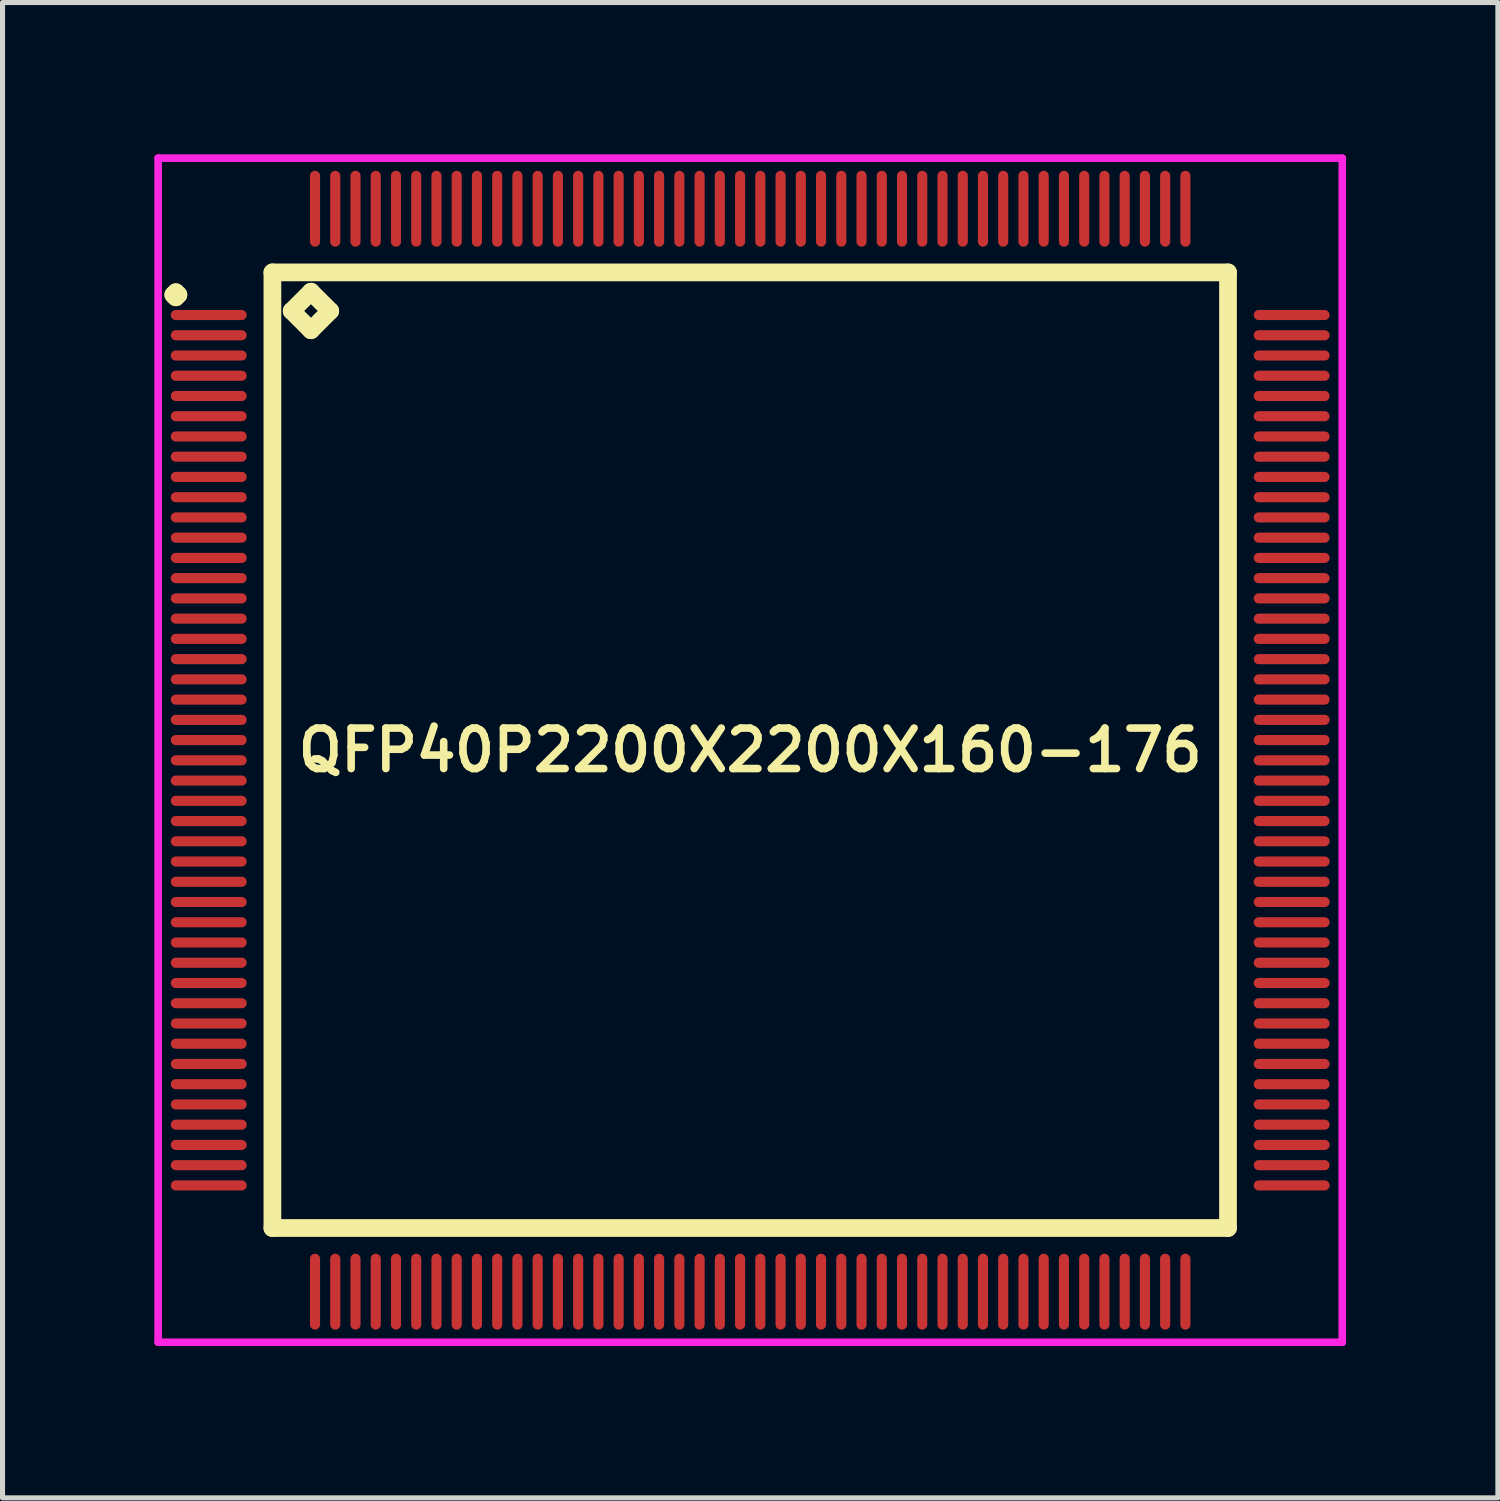
<source format=kicad_pcb>
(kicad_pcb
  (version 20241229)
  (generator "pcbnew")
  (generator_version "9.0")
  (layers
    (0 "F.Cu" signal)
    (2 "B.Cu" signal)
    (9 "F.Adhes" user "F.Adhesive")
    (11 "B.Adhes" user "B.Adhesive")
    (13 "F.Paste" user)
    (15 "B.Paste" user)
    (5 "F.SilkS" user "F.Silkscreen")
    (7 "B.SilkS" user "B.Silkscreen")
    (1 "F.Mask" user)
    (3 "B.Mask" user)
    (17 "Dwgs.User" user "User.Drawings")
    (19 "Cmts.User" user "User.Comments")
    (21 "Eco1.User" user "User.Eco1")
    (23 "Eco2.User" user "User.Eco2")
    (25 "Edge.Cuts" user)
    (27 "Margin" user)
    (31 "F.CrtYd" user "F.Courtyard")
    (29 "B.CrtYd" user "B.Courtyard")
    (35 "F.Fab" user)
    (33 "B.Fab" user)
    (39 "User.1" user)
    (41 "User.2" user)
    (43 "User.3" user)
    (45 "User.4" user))
  (footprint "QFP40P2200X2200X160-176"
    (layer "F.Cu")
    (at 11.775 11.775)
    (property "Reference" "QFP40P2200X2200X160-176" (at 0 0 0) (layer "F.SilkS") (effects (font (size 0.8 0.8) (thickness 0.15))))
    (attr smd)
    (fp_line (start -11.4 -9) (end -11.35 -9.05) (stroke (width 0.35) (type solid)) (layer "F.SilkS"))
    (fp_line (start -11.35 -9.05) (end -11.3 -9) (stroke (width 0.35) (type solid)) (layer "F.SilkS"))
    (fp_line (start -11.35 -8.95) (end -11.4 -9) (stroke (width 0.35) (type solid)) (layer "F.SilkS"))
    (fp_line (start -11.3 -9) (end -11.35 -8.95) (stroke (width 0.35) (type solid)) (layer "F.SilkS"))
    (fp_line (start -9.442 -9.442) (end -9.442 9.442) (stroke (width 0.35) (type solid)) (layer "F.SilkS"))
    (fp_line (start -9.442 9.442) (end 9.442 9.442) (stroke (width 0.35) (type solid)) (layer "F.SilkS"))
    (fp_line (start -9.061 -8.68) (end -8.68 -9.061) (stroke (width 0.35) (type solid)) (layer "F.SilkS"))
    (fp_line (start -8.68 -9.061) (end -8.299 -8.68) (stroke (width 0.35) (type solid)) (layer "F.SilkS"))
    (fp_line (start -8.68 -8.299) (end -9.061 -8.68) (stroke (width 0.35) (type solid)) (layer "F.SilkS"))
    (fp_line (start -8.299 -8.68) (end -8.68 -8.299) (stroke (width 0.35) (type solid)) (layer "F.SilkS"))
    (fp_line (start 9.442 -9.442) (end -9.442 -9.442) (stroke (width 0.35) (type solid)) (layer "F.SilkS"))
    (fp_line (start 9.442 9.442) (end 9.442 -9.442) (stroke (width 0.35) (type solid)) (layer "F.SilkS"))
    (fp_line (start -11.7 -11.7) (end 11.7 -11.7) (stroke (width 0.15) (type solid)) (layer "F.CrtYd"))
    (fp_line (start -11.7 11.7) (end -11.7 -11.7) (stroke (width 0.15) (type solid)) (layer "F.CrtYd"))
    (fp_line (start 11.7 -11.7) (end 11.7 11.7) (stroke (width 0.15) (type solid)) (layer "F.CrtYd"))
    (fp_line (start 11.7 11.7) (end -11.7 11.7) (stroke (width 0.15) (type solid)) (layer "F.CrtYd"))
    (pad "1" smd oval (at -10.7 -8.6) (size 1.5 0.2) (layers "F.Cu" "F.Mask" "F.Paste"))
    (pad "2" smd oval (at -10.7 -8.2) (size 1.5 0.2) (layers "F.Cu" "F.Mask" "F.Paste"))
    (pad "3" smd oval (at -10.7 -7.8) (size 1.5 0.2) (layers "F.Cu" "F.Mask" "F.Paste"))
    (pad "4" smd oval (at -10.7 -7.4) (size 1.5 0.2) (layers "F.Cu" "F.Mask" "F.Paste"))
    (pad "5" smd oval (at -10.7 -7) (size 1.5 0.2) (layers "F.Cu" "F.Mask" "F.Paste"))
    (pad "6" smd oval (at -10.7 -6.6) (size 1.5 0.2) (layers "F.Cu" "F.Mask" "F.Paste"))
    (pad "7" smd oval (at -10.7 -6.2) (size 1.5 0.2) (layers "F.Cu" "F.Mask" "F.Paste"))
    (pad "8" smd oval (at -10.7 -5.8) (size 1.5 0.2) (layers "F.Cu" "F.Mask" "F.Paste"))
    (pad "9" smd oval (at -10.7 -5.4) (size 1.5 0.2) (layers "F.Cu" "F.Mask" "F.Paste"))
    (pad "10" smd oval (at -10.7 -5) (size 1.5 0.2) (layers "F.Cu" "F.Mask" "F.Paste"))
    (pad "11" smd oval (at -10.7 -4.6) (size 1.5 0.2) (layers "F.Cu" "F.Mask" "F.Paste"))
    (pad "12" smd oval (at -10.7 -4.2) (size 1.5 0.2) (layers "F.Cu" "F.Mask" "F.Paste"))
    (pad "13" smd oval (at -10.7 -3.8) (size 1.5 0.2) (layers "F.Cu" "F.Mask" "F.Paste"))
    (pad "14" smd oval (at -10.7 -3.4) (size 1.5 0.2) (layers "F.Cu" "F.Mask" "F.Paste"))
    (pad "15" smd oval (at -10.7 -3) (size 1.5 0.2) (layers "F.Cu" "F.Mask" "F.Paste"))
    (pad "16" smd oval (at -10.7 -2.6) (size 1.5 0.2) (layers "F.Cu" "F.Mask" "F.Paste"))
    (pad "17" smd oval (at -10.7 -2.2) (size 1.5 0.2) (layers "F.Cu" "F.Mask" "F.Paste"))
    (pad "18" smd oval (at -10.7 -1.8) (size 1.5 0.2) (layers "F.Cu" "F.Mask" "F.Paste"))
    (pad "19" smd oval (at -10.7 -1.4) (size 1.5 0.2) (layers "F.Cu" "F.Mask" "F.Paste"))
    (pad "20" smd oval (at -10.7 -1) (size 1.5 0.2) (layers "F.Cu" "F.Mask" "F.Paste"))
    (pad "21" smd oval (at -10.7 -0.6) (size 1.5 0.2) (layers "F.Cu" "F.Mask" "F.Paste"))
    (pad "22" smd oval (at -10.7 -0.2) (size 1.5 0.2) (layers "F.Cu" "F.Mask" "F.Paste"))
    (pad "23" smd oval (at -10.7 0.2) (size 1.5 0.2) (layers "F.Cu" "F.Mask" "F.Paste"))
    (pad "24" smd oval (at -10.7 0.6) (size 1.5 0.2) (layers "F.Cu" "F.Mask" "F.Paste"))
    (pad "25" smd oval (at -10.7 1) (size 1.5 0.2) (layers "F.Cu" "F.Mask" "F.Paste"))
    (pad "26" smd oval (at -10.7 1.4) (size 1.5 0.2) (layers "F.Cu" "F.Mask" "F.Paste"))
    (pad "27" smd oval (at -10.7 1.8) (size 1.5 0.2) (layers "F.Cu" "F.Mask" "F.Paste"))
    (pad "28" smd oval (at -10.7 2.2) (size 1.5 0.2) (layers "F.Cu" "F.Mask" "F.Paste"))
    (pad "29" smd oval (at -10.7 2.6) (size 1.5 0.2) (layers "F.Cu" "F.Mask" "F.Paste"))
    (pad "30" smd oval (at -10.7 3) (size 1.5 0.2) (layers "F.Cu" "F.Mask" "F.Paste"))
    (pad "31" smd oval (at -10.7 3.4) (size 1.5 0.2) (layers "F.Cu" "F.Mask" "F.Paste"))
    (pad "32" smd oval (at -10.7 3.8) (size 1.5 0.2) (layers "F.Cu" "F.Mask" "F.Paste"))
    (pad "33" smd oval (at -10.7 4.2) (size 1.5 0.2) (layers "F.Cu" "F.Mask" "F.Paste"))
    (pad "34" smd oval (at -10.7 4.6) (size 1.5 0.2) (layers "F.Cu" "F.Mask" "F.Paste"))
    (pad "35" smd oval (at -10.7 5) (size 1.5 0.2) (layers "F.Cu" "F.Mask" "F.Paste"))
    (pad "36" smd oval (at -10.7 5.4) (size 1.5 0.2) (layers "F.Cu" "F.Mask" "F.Paste"))
    (pad "37" smd oval (at -10.7 5.8) (size 1.5 0.2) (layers "F.Cu" "F.Mask" "F.Paste"))
    (pad "38" smd oval (at -10.7 6.2) (size 1.5 0.2) (layers "F.Cu" "F.Mask" "F.Paste"))
    (pad "39" smd oval (at -10.7 6.6) (size 1.5 0.2) (layers "F.Cu" "F.Mask" "F.Paste"))
    (pad "40" smd oval (at -10.7 7) (size 1.5 0.2) (layers "F.Cu" "F.Mask" "F.Paste"))
    (pad "41" smd oval (at -10.7 7.4) (size 1.5 0.2) (layers "F.Cu" "F.Mask" "F.Paste"))
    (pad "42" smd oval (at -10.7 7.8) (size 1.5 0.2) (layers "F.Cu" "F.Mask" "F.Paste"))
    (pad "43" smd oval (at -10.7 8.2) (size 1.5 0.2) (layers "F.Cu" "F.Mask" "F.Paste"))
    (pad "44" smd oval (at -10.7 8.6) (size 1.5 0.2) (layers "F.Cu" "F.Mask" "F.Paste"))
    (pad "45" smd oval (at -8.6 10.7) (size 0.2 1.5) (layers "F.Cu" "F.Mask" "F.Paste"))
    (pad "46" smd oval (at -8.2 10.7) (size 0.2 1.5) (layers "F.Cu" "F.Mask" "F.Paste"))
    (pad "47" smd oval (at -7.8 10.7) (size 0.2 1.5) (layers "F.Cu" "F.Mask" "F.Paste"))
    (pad "48" smd oval (at -7.4 10.7) (size 0.2 1.5) (layers "F.Cu" "F.Mask" "F.Paste"))
    (pad "49" smd oval (at -7 10.7) (size 0.2 1.5) (layers "F.Cu" "F.Mask" "F.Paste"))
    (pad "50" smd oval (at -6.6 10.7) (size 0.2 1.5) (layers "F.Cu" "F.Mask" "F.Paste"))
    (pad "51" smd oval (at -6.2 10.7) (size 0.2 1.5) (layers "F.Cu" "F.Mask" "F.Paste"))
    (pad "52" smd oval (at -5.8 10.7) (size 0.2 1.5) (layers "F.Cu" "F.Mask" "F.Paste"))
    (pad "53" smd oval (at -5.4 10.7) (size 0.2 1.5) (layers "F.Cu" "F.Mask" "F.Paste"))
    (pad "54" smd oval (at -5 10.7) (size 0.2 1.5) (layers "F.Cu" "F.Mask" "F.Paste"))
    (pad "55" smd oval (at -4.6 10.7) (size 0.2 1.5) (layers "F.Cu" "F.Mask" "F.Paste"))
    (pad "56" smd oval (at -4.2 10.7) (size 0.2 1.5) (layers "F.Cu" "F.Mask" "F.Paste"))
    (pad "57" smd oval (at -3.8 10.7) (size 0.2 1.5) (layers "F.Cu" "F.Mask" "F.Paste"))
    (pad "58" smd oval (at -3.4 10.7) (size 0.2 1.5) (layers "F.Cu" "F.Mask" "F.Paste"))
    (pad "59" smd oval (at -3 10.7) (size 0.2 1.5) (layers "F.Cu" "F.Mask" "F.Paste"))
    (pad "60" smd oval (at -2.6 10.7) (size 0.2 1.5) (layers "F.Cu" "F.Mask" "F.Paste"))
    (pad "61" smd oval (at -2.2 10.7) (size 0.2 1.5) (layers "F.Cu" "F.Mask" "F.Paste"))
    (pad "62" smd oval (at -1.8 10.7) (size 0.2 1.5) (layers "F.Cu" "F.Mask" "F.Paste"))
    (pad "63" smd oval (at -1.4 10.7) (size 0.2 1.5) (layers "F.Cu" "F.Mask" "F.Paste"))
    (pad "64" smd oval (at -1 10.7) (size 0.2 1.5) (layers "F.Cu" "F.Mask" "F.Paste"))
    (pad "65" smd oval (at -0.6 10.7) (size 0.2 1.5) (layers "F.Cu" "F.Mask" "F.Paste"))
    (pad "66" smd oval (at -0.2 10.7) (size 0.2 1.5) (layers "F.Cu" "F.Mask" "F.Paste"))
    (pad "67" smd oval (at 0.2 10.7) (size 0.2 1.5) (layers "F.Cu" "F.Mask" "F.Paste"))
    (pad "68" smd oval (at 0.6 10.7) (size 0.2 1.5) (layers "F.Cu" "F.Mask" "F.Paste"))
    (pad "69" smd oval (at 1 10.7) (size 0.2 1.5) (layers "F.Cu" "F.Mask" "F.Paste"))
    (pad "70" smd oval (at 1.4 10.7) (size 0.2 1.5) (layers "F.Cu" "F.Mask" "F.Paste"))
    (pad "71" smd oval (at 1.8 10.7) (size 0.2 1.5) (layers "F.Cu" "F.Mask" "F.Paste"))
    (pad "72" smd oval (at 2.2 10.7) (size 0.2 1.5) (layers "F.Cu" "F.Mask" "F.Paste"))
    (pad "73" smd oval (at 2.6 10.7) (size 0.2 1.5) (layers "F.Cu" "F.Mask" "F.Paste"))
    (pad "74" smd oval (at 3 10.7) (size 0.2 1.5) (layers "F.Cu" "F.Mask" "F.Paste"))
    (pad "75" smd oval (at 3.4 10.7) (size 0.2 1.5) (layers "F.Cu" "F.Mask" "F.Paste"))
    (pad "76" smd oval (at 3.8 10.7) (size 0.2 1.5) (layers "F.Cu" "F.Mask" "F.Paste"))
    (pad "77" smd oval (at 4.2 10.7) (size 0.2 1.5) (layers "F.Cu" "F.Mask" "F.Paste"))
    (pad "78" smd oval (at 4.6 10.7) (size 0.2 1.5) (layers "F.Cu" "F.Mask" "F.Paste"))
    (pad "79" smd oval (at 5 10.7) (size 0.2 1.5) (layers "F.Cu" "F.Mask" "F.Paste"))
    (pad "80" smd oval (at 5.4 10.7) (size 0.2 1.5) (layers "F.Cu" "F.Mask" "F.Paste"))
    (pad "81" smd oval (at 5.8 10.7) (size 0.2 1.5) (layers "F.Cu" "F.Mask" "F.Paste"))
    (pad "82" smd oval (at 6.2 10.7) (size 0.2 1.5) (layers "F.Cu" "F.Mask" "F.Paste"))
    (pad "83" smd oval (at 6.6 10.7) (size 0.2 1.5) (layers "F.Cu" "F.Mask" "F.Paste"))
    (pad "84" smd oval (at 7 10.7) (size 0.2 1.5) (layers "F.Cu" "F.Mask" "F.Paste"))
    (pad "85" smd oval (at 7.4 10.7) (size 0.2 1.5) (layers "F.Cu" "F.Mask" "F.Paste"))
    (pad "86" smd oval (at 7.8 10.7) (size 0.2 1.5) (layers "F.Cu" "F.Mask" "F.Paste"))
    (pad "87" smd oval (at 8.2 10.7) (size 0.2 1.5) (layers "F.Cu" "F.Mask" "F.Paste"))
    (pad "88" smd oval (at 8.6 10.7) (size 0.2 1.5) (layers "F.Cu" "F.Mask" "F.Paste"))
    (pad "89" smd oval (at 10.7 8.6) (size 1.5 0.2) (layers "F.Cu" "F.Mask" "F.Paste"))
    (pad "90" smd oval (at 10.7 8.2) (size 1.5 0.2) (layers "F.Cu" "F.Mask" "F.Paste"))
    (pad "91" smd oval (at 10.7 7.8) (size 1.5 0.2) (layers "F.Cu" "F.Mask" "F.Paste"))
    (pad "92" smd oval (at 10.7 7.4) (size 1.5 0.2) (layers "F.Cu" "F.Mask" "F.Paste"))
    (pad "93" smd oval (at 10.7 7) (size 1.5 0.2) (layers "F.Cu" "F.Mask" "F.Paste"))
    (pad "94" smd oval (at 10.7 6.6) (size 1.5 0.2) (layers "F.Cu" "F.Mask" "F.Paste"))
    (pad "95" smd oval (at 10.7 6.2) (size 1.5 0.2) (layers "F.Cu" "F.Mask" "F.Paste"))
    (pad "96" smd oval (at 10.7 5.8) (size 1.5 0.2) (layers "F.Cu" "F.Mask" "F.Paste"))
    (pad "97" smd oval (at 10.7 5.4) (size 1.5 0.2) (layers "F.Cu" "F.Mask" "F.Paste"))
    (pad "98" smd oval (at 10.7 5) (size 1.5 0.2) (layers "F.Cu" "F.Mask" "F.Paste"))
    (pad "99" smd oval (at 10.7 4.6) (size 1.5 0.2) (layers "F.Cu" "F.Mask" "F.Paste"))
    (pad "100" smd oval (at 10.7 4.2) (size 1.5 0.2) (layers "F.Cu" "F.Mask" "F.Paste"))
    (pad "101" smd oval (at 10.7 3.8) (size 1.5 0.2) (layers "F.Cu" "F.Mask" "F.Paste"))
    (pad "102" smd oval (at 10.7 3.4) (size 1.5 0.2) (layers "F.Cu" "F.Mask" "F.Paste"))
    (pad "103" smd oval (at 10.7 3) (size 1.5 0.2) (layers "F.Cu" "F.Mask" "F.Paste"))
    (pad "104" smd oval (at 10.7 2.6) (size 1.5 0.2) (layers "F.Cu" "F.Mask" "F.Paste"))
    (pad "105" smd oval (at 10.7 2.2) (size 1.5 0.2) (layers "F.Cu" "F.Mask" "F.Paste"))
    (pad "106" smd oval (at 10.7 1.8) (size 1.5 0.2) (layers "F.Cu" "F.Mask" "F.Paste"))
    (pad "107" smd oval (at 10.7 1.4) (size 1.5 0.2) (layers "F.Cu" "F.Mask" "F.Paste"))
    (pad "108" smd oval (at 10.7 1) (size 1.5 0.2) (layers "F.Cu" "F.Mask" "F.Paste"))
    (pad "109" smd oval (at 10.7 0.6) (size 1.5 0.2) (layers "F.Cu" "F.Mask" "F.Paste"))
    (pad "110" smd oval (at 10.7 0.2) (size 1.5 0.2) (layers "F.Cu" "F.Mask" "F.Paste"))
    (pad "111" smd oval (at 10.7 -0.2) (size 1.5 0.2) (layers "F.Cu" "F.Mask" "F.Paste"))
    (pad "112" smd oval (at 10.7 -0.6) (size 1.5 0.2) (layers "F.Cu" "F.Mask" "F.Paste"))
    (pad "113" smd oval (at 10.7 -1) (size 1.5 0.2) (layers "F.Cu" "F.Mask" "F.Paste"))
    (pad "114" smd oval (at 10.7 -1.4) (size 1.5 0.2) (layers "F.Cu" "F.Mask" "F.Paste"))
    (pad "115" smd oval (at 10.7 -1.8) (size 1.5 0.2) (layers "F.Cu" "F.Mask" "F.Paste"))
    (pad "116" smd oval (at 10.7 -2.2) (size 1.5 0.2) (layers "F.Cu" "F.Mask" "F.Paste"))
    (pad "117" smd oval (at 10.7 -2.6) (size 1.5 0.2) (layers "F.Cu" "F.Mask" "F.Paste"))
    (pad "118" smd oval (at 10.7 -3) (size 1.5 0.2) (layers "F.Cu" "F.Mask" "F.Paste"))
    (pad "119" smd oval (at 10.7 -3.4) (size 1.5 0.2) (layers "F.Cu" "F.Mask" "F.Paste"))
    (pad "120" smd oval (at 10.7 -3.8) (size 1.5 0.2) (layers "F.Cu" "F.Mask" "F.Paste"))
    (pad "121" smd oval (at 10.7 -4.2) (size 1.5 0.2) (layers "F.Cu" "F.Mask" "F.Paste"))
    (pad "122" smd oval (at 10.7 -4.6) (size 1.5 0.2) (layers "F.Cu" "F.Mask" "F.Paste"))
    (pad "123" smd oval (at 10.7 -5) (size 1.5 0.2) (layers "F.Cu" "F.Mask" "F.Paste"))
    (pad "124" smd oval (at 10.7 -5.4) (size 1.5 0.2) (layers "F.Cu" "F.Mask" "F.Paste"))
    (pad "125" smd oval (at 10.7 -5.8) (size 1.5 0.2) (layers "F.Cu" "F.Mask" "F.Paste"))
    (pad "126" smd oval (at 10.7 -6.2) (size 1.5 0.2) (layers "F.Cu" "F.Mask" "F.Paste"))
    (pad "127" smd oval (at 10.7 -6.6) (size 1.5 0.2) (layers "F.Cu" "F.Mask" "F.Paste"))
    (pad "128" smd oval (at 10.7 -7) (size 1.5 0.2) (layers "F.Cu" "F.Mask" "F.Paste"))
    (pad "129" smd oval (at 10.7 -7.4) (size 1.5 0.2) (layers "F.Cu" "F.Mask" "F.Paste"))
    (pad "130" smd oval (at 10.7 -7.8) (size 1.5 0.2) (layers "F.Cu" "F.Mask" "F.Paste"))
    (pad "131" smd oval (at 10.7 -8.2) (size 1.5 0.2) (layers "F.Cu" "F.Mask" "F.Paste"))
    (pad "132" smd oval (at 10.7 -8.6) (size 1.5 0.2) (layers "F.Cu" "F.Mask" "F.Paste"))
    (pad "133" smd oval (at 8.6 -10.7) (size 0.2 1.5) (layers "F.Cu" "F.Mask" "F.Paste"))
    (pad "134" smd oval (at 8.2 -10.7) (size 0.2 1.5) (layers "F.Cu" "F.Mask" "F.Paste"))
    (pad "135" smd oval (at 7.8 -10.7) (size 0.2 1.5) (layers "F.Cu" "F.Mask" "F.Paste"))
    (pad "136" smd oval (at 7.4 -10.7) (size 0.2 1.5) (layers "F.Cu" "F.Mask" "F.Paste"))
    (pad "137" smd oval (at 7 -10.7) (size 0.2 1.5) (layers "F.Cu" "F.Mask" "F.Paste"))
    (pad "138" smd oval (at 6.6 -10.7) (size 0.2 1.5) (layers "F.Cu" "F.Mask" "F.Paste"))
    (pad "139" smd oval (at 6.2 -10.7) (size 0.2 1.5) (layers "F.Cu" "F.Mask" "F.Paste"))
    (pad "140" smd oval (at 5.8 -10.7) (size 0.2 1.5) (layers "F.Cu" "F.Mask" "F.Paste"))
    (pad "141" smd oval (at 5.4 -10.7) (size 0.2 1.5) (layers "F.Cu" "F.Mask" "F.Paste"))
    (pad "142" smd oval (at 5 -10.7) (size 0.2 1.5) (layers "F.Cu" "F.Mask" "F.Paste"))
    (pad "143" smd oval (at 4.6 -10.7) (size 0.2 1.5) (layers "F.Cu" "F.Mask" "F.Paste"))
    (pad "144" smd oval (at 4.2 -10.7) (size 0.2 1.5) (layers "F.Cu" "F.Mask" "F.Paste"))
    (pad "145" smd oval (at 3.8 -10.7) (size 0.2 1.5) (layers "F.Cu" "F.Mask" "F.Paste"))
    (pad "146" smd oval (at 3.4 -10.7) (size 0.2 1.5) (layers "F.Cu" "F.Mask" "F.Paste"))
    (pad "147" smd oval (at 3 -10.7) (size 0.2 1.5) (layers "F.Cu" "F.Mask" "F.Paste"))
    (pad "148" smd oval (at 2.6 -10.7) (size 0.2 1.5) (layers "F.Cu" "F.Mask" "F.Paste"))
    (pad "149" smd oval (at 2.2 -10.7) (size 0.2 1.5) (layers "F.Cu" "F.Mask" "F.Paste"))
    (pad "150" smd oval (at 1.8 -10.7) (size 0.2 1.5) (layers "F.Cu" "F.Mask" "F.Paste"))
    (pad "151" smd oval (at 1.4 -10.7) (size 0.2 1.5) (layers "F.Cu" "F.Mask" "F.Paste"))
    (pad "152" smd oval (at 1 -10.7) (size 0.2 1.5) (layers "F.Cu" "F.Mask" "F.Paste"))
    (pad "153" smd oval (at 0.6 -10.7) (size 0.2 1.5) (layers "F.Cu" "F.Mask" "F.Paste"))
    (pad "154" smd oval (at 0.2 -10.7) (size 0.2 1.5) (layers "F.Cu" "F.Mask" "F.Paste"))
    (pad "155" smd oval (at -0.2 -10.7) (size 0.2 1.5) (layers "F.Cu" "F.Mask" "F.Paste"))
    (pad "156" smd oval (at -0.6 -10.7) (size 0.2 1.5) (layers "F.Cu" "F.Mask" "F.Paste"))
    (pad "157" smd oval (at -1 -10.7) (size 0.2 1.5) (layers "F.Cu" "F.Mask" "F.Paste"))
    (pad "158" smd oval (at -1.4 -10.7) (size 0.2 1.5) (layers "F.Cu" "F.Mask" "F.Paste"))
    (pad "159" smd oval (at -1.8 -10.7) (size 0.2 1.5) (layers "F.Cu" "F.Mask" "F.Paste"))
    (pad "160" smd oval (at -2.2 -10.7) (size 0.2 1.5) (layers "F.Cu" "F.Mask" "F.Paste"))
    (pad "161" smd oval (at -2.6 -10.7) (size 0.2 1.5) (layers "F.Cu" "F.Mask" "F.Paste"))
    (pad "162" smd oval (at -3 -10.7) (size 0.2 1.5) (layers "F.Cu" "F.Mask" "F.Paste"))
    (pad "163" smd oval (at -3.4 -10.7) (size 0.2 1.5) (layers "F.Cu" "F.Mask" "F.Paste"))
    (pad "164" smd oval (at -3.8 -10.7) (size 0.2 1.5) (layers "F.Cu" "F.Mask" "F.Paste"))
    (pad "165" smd oval (at -4.2 -10.7) (size 0.2 1.5) (layers "F.Cu" "F.Mask" "F.Paste"))
    (pad "166" smd oval (at -4.6 -10.7) (size 0.2 1.5) (layers "F.Cu" "F.Mask" "F.Paste"))
    (pad "167" smd oval (at -5 -10.7) (size 0.2 1.5) (layers "F.Cu" "F.Mask" "F.Paste"))
    (pad "168" smd oval (at -5.4 -10.7) (size 0.2 1.5) (layers "F.Cu" "F.Mask" "F.Paste"))
    (pad "169" smd oval (at -5.8 -10.7) (size 0.2 1.5) (layers "F.Cu" "F.Mask" "F.Paste"))
    (pad "170" smd oval (at -6.2 -10.7) (size 0.2 1.5) (layers "F.Cu" "F.Mask" "F.Paste"))
    (pad "171" smd oval (at -6.6 -10.7) (size 0.2 1.5) (layers "F.Cu" "F.Mask" "F.Paste"))
    (pad "172" smd oval (at -7 -10.7) (size 0.2 1.5) (layers "F.Cu" "F.Mask" "F.Paste"))
    (pad "173" smd oval (at -7.4 -10.7) (size 0.2 1.5) (layers "F.Cu" "F.Mask" "F.Paste"))
    (pad "174" smd oval (at -7.8 -10.7) (size 0.2 1.5) (layers "F.Cu" "F.Mask" "F.Paste"))
    (pad "175" smd oval (at -8.2 -10.7) (size 0.2 1.5) (layers "F.Cu" "F.Mask" "F.Paste"))
    (pad "176" smd oval (at -8.6 -10.7) (size 0.2 1.5) (layers "F.Cu" "F.Mask" "F.Paste")))
  (gr_rect
    (start -3 -3)
    (end 26.55 26.55)
    (stroke (width 0.1) (type default))
    (fill no)
    (layer "Edge.Cuts")))
</source>
